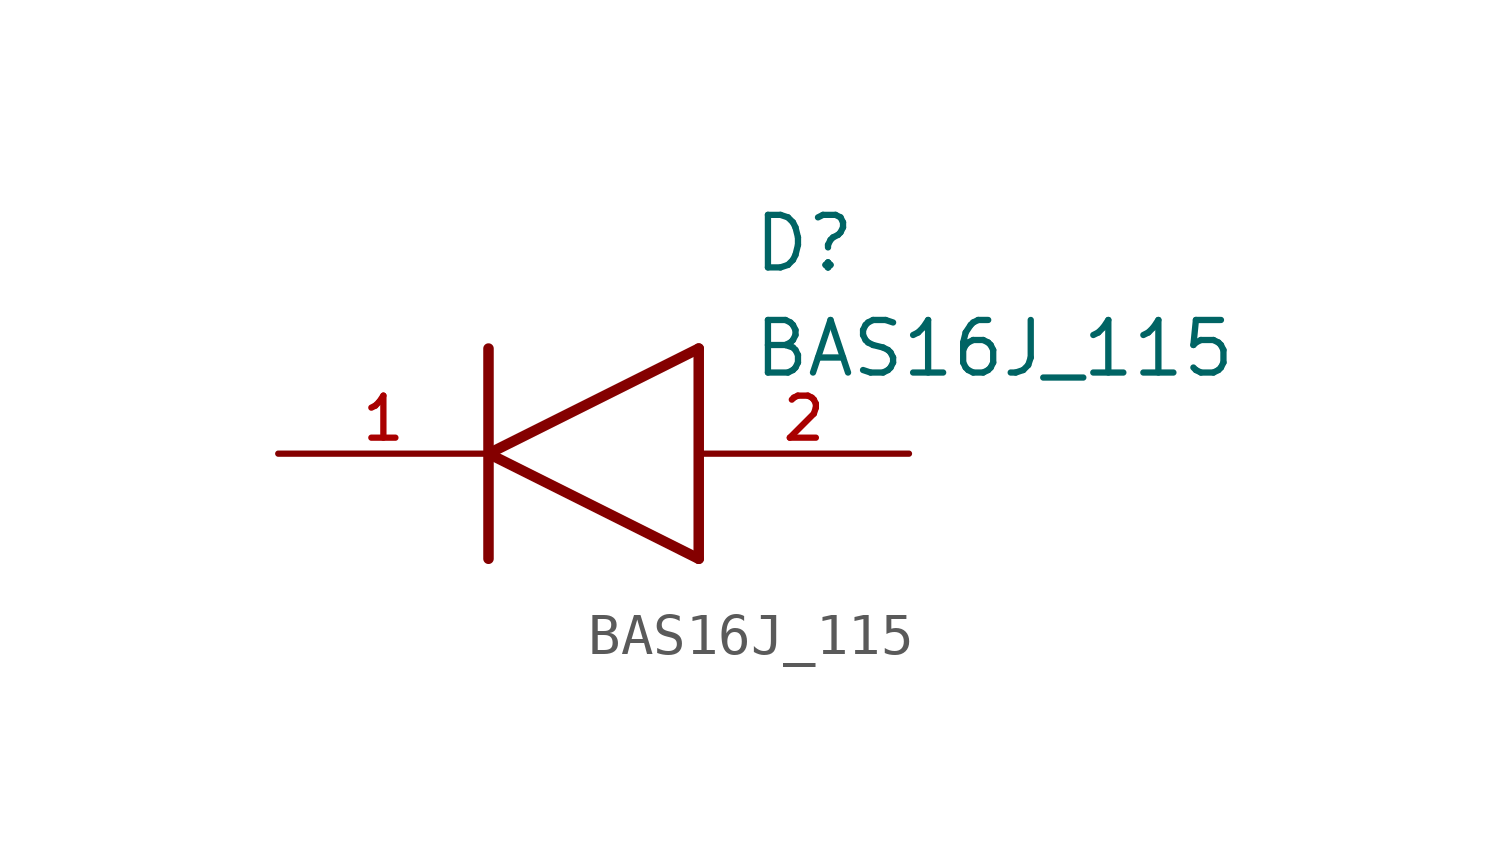
<source format=kicad_sym>
(kicad_symbol_lib
  (version 20211014)
  (generator kicad_symbol_editor)
  (symbol "BAS16J_115"
    (pin_names
      (offset 1.016))
    (property "Reference" "D"
      (at 11.43 5.08 0)
      (effects (font (size 1.27 1.27)) (justify left)))
    (property "Value" "BAS16J_115"
      (at 11.43 2.54 0)
      (effects (font (size 1.27 1.27)) (justify left)))
    (symbol "BAS16J_115_0_0"
      (polyline (pts (xy 5.08 0.0) (xy 10.16 2.54)) (stroke (width 0.254)))
      (polyline (pts (xy 10.16 -2.54) (xy 10.16 2.54)) (stroke (width 0.254)))
      (polyline (pts (xy 10.16 -2.54) (xy 5.08 0.0)) (stroke (width 0.254)))
      (polyline (pts (xy 5.08 2.54) (xy 5.08 -2.54)) (stroke (width 0.254)))
      (pin bidirectional line (at 0.0 0.0 0) (length 5.08) (name "~" (effects (font (size 1.016 1.016)))) (number "1" (effects (font (size 1.016 1.016)))))
      (pin bidirectional line (at 15.24 0.0 180.0) (length 5.08) (name "~" (effects (font (size 1.016 1.016)))) (number "2" (effects (font (size 1.016 1.016))))))))
</source>
